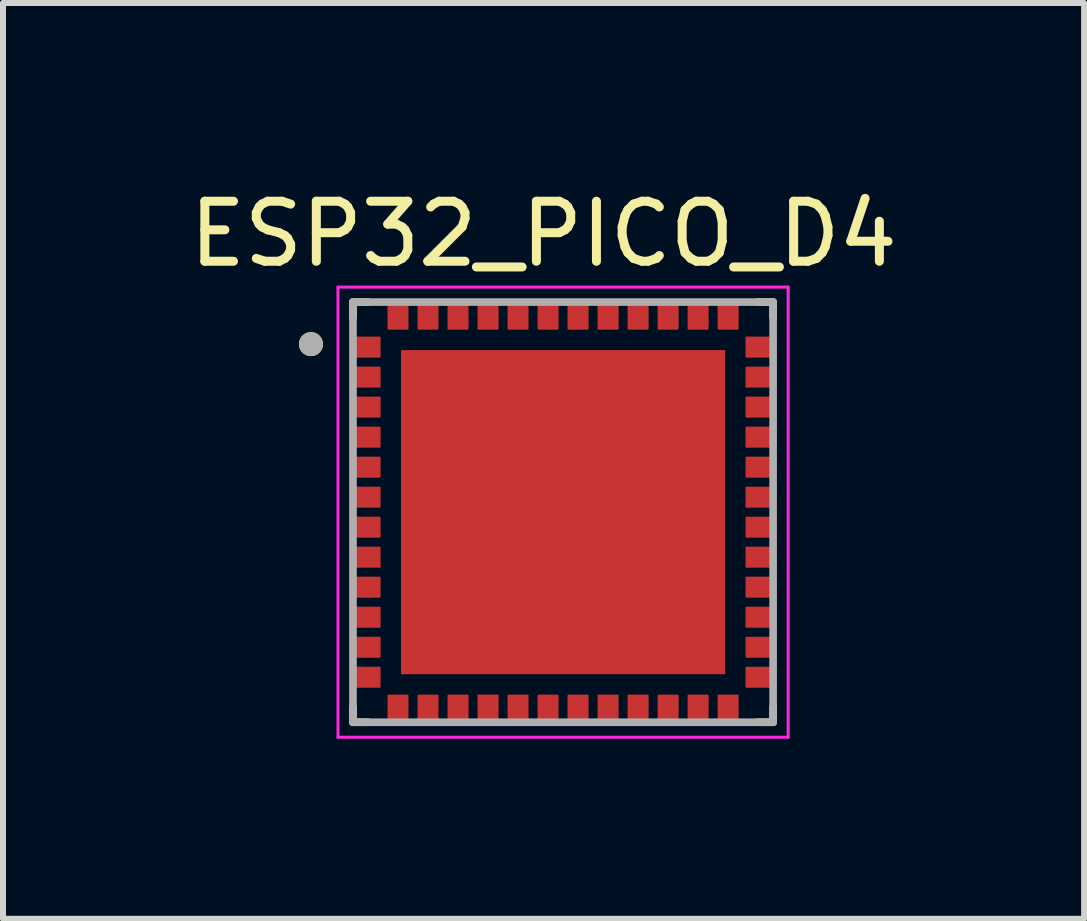
<source format=kicad_pcb>
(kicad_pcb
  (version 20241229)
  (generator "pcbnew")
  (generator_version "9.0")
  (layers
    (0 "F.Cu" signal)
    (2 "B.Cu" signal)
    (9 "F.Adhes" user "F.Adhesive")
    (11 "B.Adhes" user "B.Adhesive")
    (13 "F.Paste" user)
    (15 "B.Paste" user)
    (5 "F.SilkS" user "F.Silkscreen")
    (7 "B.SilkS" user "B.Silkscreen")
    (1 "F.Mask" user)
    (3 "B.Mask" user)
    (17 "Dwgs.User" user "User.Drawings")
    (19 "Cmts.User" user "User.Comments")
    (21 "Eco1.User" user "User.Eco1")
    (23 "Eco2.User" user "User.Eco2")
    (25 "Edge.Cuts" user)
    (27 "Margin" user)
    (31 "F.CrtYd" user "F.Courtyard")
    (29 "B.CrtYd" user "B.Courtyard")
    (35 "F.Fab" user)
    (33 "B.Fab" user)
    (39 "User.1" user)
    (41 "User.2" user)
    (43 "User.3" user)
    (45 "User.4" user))
  (footprint "ESP32_PICO_D4"
    (layer "F.Cu")
    (at 6.331 5.483)
    (property "Reference" "ESP32_PICO_D4" (at -0.325 -4.635 0) (layer "F.SilkS") (effects (font (size 1 1) (thickness 0.15))))
    (attr through_hole)
    (fp_line (start -3.5 -3.5) (end -3.245 -3.5) (stroke (width 0.127) (type solid)) (layer "F.SilkS"))
    (fp_line (start -3.5 -3.245) (end -3.5 -3.5) (stroke (width 0.127) (type solid)) (layer "F.SilkS"))
    (fp_line (start -3.5 3.245) (end -3.5 3.5) (stroke (width 0.127) (type solid)) (layer "F.SilkS"))
    (fp_line (start -3.5 3.5) (end -3.245 3.5) (stroke (width 0.127) (type solid)) (layer "F.SilkS"))
    (fp_line (start 3.5 -3.5) (end 3.245 -3.5) (stroke (width 0.127) (type solid)) (layer "F.SilkS"))
    (fp_line (start 3.5 -3.245) (end 3.5 -3.5) (stroke (width 0.127) (type solid)) (layer "F.SilkS"))
    (fp_line (start 3.5 3.245) (end 3.5 3.5) (stroke (width 0.127) (type solid)) (layer "F.SilkS"))
    (fp_line (start 3.5 3.5) (end 3.245 3.5) (stroke (width 0.127) (type solid)) (layer "F.SilkS"))
    (fp_circle (center -4.2 -2.8) (end -4.1 -2.8) (stroke (width 0.2) (type solid)) (fill no) (layer "F.SilkS"))
    (fp_poly (pts (xy -2.305 -2.305) (xy -0.395 -2.305) (xy -0.395 -0.395) (xy -2.305 -0.395)) (stroke (width 0.01) (type solid)) (fill yes) (layer "F.Paste"))
    (fp_poly (pts (xy -2.305 0.395) (xy -0.395 0.395) (xy -0.395 2.305) (xy -2.305 2.305)) (stroke (width 0.01) (type solid)) (fill yes) (layer "F.Paste"))
    (fp_poly (pts (xy 0.395 -2.305) (xy 2.305 -2.305) (xy 2.305 -0.395) (xy 0.395 -0.395)) (stroke (width 0.01) (type solid)) (fill yes) (layer "F.Paste"))
    (fp_poly (pts (xy 0.395 0.395) (xy 2.305 0.395) (xy 2.305 2.305) (xy 0.395 2.305)) (stroke (width 0.01) (type solid)) (fill yes) (layer "F.Paste"))
    (fp_line (start -3.75 -3.75) (end -3.75 3.75) (stroke (width 0.05) (type solid)) (layer "F.CrtYd"))
    (fp_line (start -3.75 3.75) (end 3.75 3.75) (stroke (width 0.05) (type solid)) (layer "F.CrtYd"))
    (fp_line (start 3.75 -3.75) (end -3.75 -3.75) (stroke (width 0.05) (type solid)) (layer "F.CrtYd"))
    (fp_line (start 3.75 3.75) (end 3.75 -3.75) (stroke (width 0.05) (type solid)) (layer "F.CrtYd"))
    (fp_line (start -3.5 -3.5) (end 3.5 -3.5) (stroke (width 0.127) (type solid)) (layer "F.Fab"))
    (fp_line (start -3.5 3.5) (end -3.5 -3.5) (stroke (width 0.127) (type solid)) (layer "F.Fab"))
    (fp_line (start 3.5 -3.5) (end 3.5 3.5) (stroke (width 0.127) (type solid)) (layer "F.Fab"))
    (fp_line (start 3.5 3.5) (end -3.5 3.5) (stroke (width 0.127) (type solid)) (layer "F.Fab"))
    (fp_circle (center -4.2 -2.8) (end -4.1 -2.8) (stroke (width 0.2) (type solid)) (fill no) (layer "F.Fab"))
    (pad "1" smd roundrect (at -3.265 -2.75 180) (size 0.45 0.35) (layers "F.Cu" "F.Mask" "F.Paste") (roundrect_rratio 0.04))
    (pad "2" smd roundrect (at -3.265 -2.25 180) (size 0.45 0.35) (layers "F.Cu" "F.Mask" "F.Paste") (roundrect_rratio 0.04))
    (pad "3" smd roundrect (at -3.265 -1.75 180) (size 0.45 0.35) (layers "F.Cu" "F.Mask" "F.Paste") (roundrect_rratio 0.04))
    (pad "4" smd roundrect (at -3.265 -1.25 180) (size 0.45 0.35) (layers "F.Cu" "F.Mask" "F.Paste") (roundrect_rratio 0.04))
    (pad "5" smd roundrect (at -3.265 -0.75 180) (size 0.45 0.35) (layers "F.Cu" "F.Mask" "F.Paste") (roundrect_rratio 0.04))
    (pad "6" smd roundrect (at -3.265 -0.25 180) (size 0.45 0.35) (layers "F.Cu" "F.Mask" "F.Paste") (roundrect_rratio 0.04))
    (pad "7" smd roundrect (at -3.265 0.25 180) (size 0.45 0.35) (layers "F.Cu" "F.Mask" "F.Paste") (roundrect_rratio 0.04))
    (pad "8" smd roundrect (at -3.265 0.75 180) (size 0.45 0.35) (layers "F.Cu" "F.Mask" "F.Paste") (roundrect_rratio 0.04))
    (pad "9" smd roundrect (at -3.265 1.25 180) (size 0.45 0.35) (layers "F.Cu" "F.Mask" "F.Paste") (roundrect_rratio 0.04))
    (pad "10" smd roundrect (at -3.265 1.75 180) (size 0.45 0.35) (layers "F.Cu" "F.Mask" "F.Paste") (roundrect_rratio 0.04))
    (pad "11" smd roundrect (at -3.265 2.25 180) (size 0.45 0.35) (layers "F.Cu" "F.Mask" "F.Paste") (roundrect_rratio 0.04))
    (pad "12" smd roundrect (at -3.265 2.75 180) (size 0.45 0.35) (layers "F.Cu" "F.Mask" "F.Paste") (roundrect_rratio 0.04))
    (pad "13" smd roundrect (at -2.75 3.265 270) (size 0.45 0.35) (layers "F.Cu" "F.Mask" "F.Paste") (roundrect_rratio 0.04))
    (pad "14" smd roundrect (at -2.25 3.265 270) (size 0.45 0.35) (layers "F.Cu" "F.Mask" "F.Paste") (roundrect_rratio 0.04))
    (pad "15" smd roundrect (at -1.75 3.265 270) (size 0.45 0.35) (layers "F.Cu" "F.Mask" "F.Paste") (roundrect_rratio 0.04))
    (pad "16" smd roundrect (at -1.25 3.265 270) (size 0.45 0.35) (layers "F.Cu" "F.Mask" "F.Paste") (roundrect_rratio 0.04))
    (pad "17" smd roundrect (at -0.75 3.265 270) (size 0.45 0.35) (layers "F.Cu" "F.Mask" "F.Paste") (roundrect_rratio 0.04))
    (pad "18" smd roundrect (at -0.25 3.265 270) (size 0.45 0.35) (layers "F.Cu" "F.Mask" "F.Paste") (roundrect_rratio 0.04))
    (pad "19" smd roundrect (at 0.25 3.265 270) (size 0.45 0.35) (layers "F.Cu" "F.Mask" "F.Paste") (roundrect_rratio 0.04))
    (pad "20" smd roundrect (at 0.75 3.265 270) (size 0.45 0.35) (layers "F.Cu" "F.Mask" "F.Paste") (roundrect_rratio 0.04))
    (pad "21" smd roundrect (at 1.25 3.265 270) (size 0.45 0.35) (layers "F.Cu" "F.Mask" "F.Paste") (roundrect_rratio 0.04))
    (pad "22" smd roundrect (at 1.75 3.265 270) (size 0.45 0.35) (layers "F.Cu" "F.Mask" "F.Paste") (roundrect_rratio 0.04))
    (pad "23" smd roundrect (at 2.25 3.265 270) (size 0.45 0.35) (layers "F.Cu" "F.Mask" "F.Paste") (roundrect_rratio 0.04))
    (pad "24" smd roundrect (at 2.75 3.265 270) (size 0.45 0.35) (layers "F.Cu" "F.Mask" "F.Paste") (roundrect_rratio 0.04))
    (pad "25" smd roundrect (at 3.265 2.75) (size 0.45 0.35) (layers "F.Cu" "F.Mask" "F.Paste") (roundrect_rratio 0.04))
    (pad "26" smd roundrect (at 3.265 2.25) (size 0.45 0.35) (layers "F.Cu" "F.Mask" "F.Paste") (roundrect_rratio 0.04))
    (pad "27" smd roundrect (at 3.265 1.75) (size 0.45 0.35) (layers "F.Cu" "F.Mask" "F.Paste") (roundrect_rratio 0.04))
    (pad "28" smd roundrect (at 3.265 1.25) (size 0.45 0.35) (layers "F.Cu" "F.Mask" "F.Paste") (roundrect_rratio 0.04))
    (pad "29" smd roundrect (at 3.265 0.75) (size 0.45 0.35) (layers "F.Cu" "F.Mask" "F.Paste") (roundrect_rratio 0.04))
    (pad "30" smd roundrect (at 3.265 0.25) (size 0.45 0.35) (layers "F.Cu" "F.Mask" "F.Paste") (roundrect_rratio 0.04))
    (pad "31" smd roundrect (at 3.265 -0.25) (size 0.45 0.35) (layers "F.Cu" "F.Mask" "F.Paste") (roundrect_rratio 0.04))
    (pad "32" smd roundrect (at 3.265 -0.75) (size 0.45 0.35) (layers "F.Cu" "F.Mask" "F.Paste") (roundrect_rratio 0.04))
    (pad "33" smd roundrect (at 3.265 -1.25) (size 0.45 0.35) (layers "F.Cu" "F.Mask" "F.Paste") (roundrect_rratio 0.04))
    (pad "34" smd roundrect (at 3.265 -1.75) (size 0.45 0.35) (layers "F.Cu" "F.Mask" "F.Paste") (roundrect_rratio 0.04))
    (pad "35" smd roundrect (at 3.265 -2.25) (size 0.45 0.35) (layers "F.Cu" "F.Mask" "F.Paste") (roundrect_rratio 0.04))
    (pad "36" smd roundrect (at 3.265 -2.75) (size 0.45 0.35) (layers "F.Cu" "F.Mask" "F.Paste") (roundrect_rratio 0.04))
    (pad "37" smd roundrect (at 2.75 -3.265 90) (size 0.45 0.35) (layers "F.Cu" "F.Mask" "F.Paste") (roundrect_rratio 0.04))
    (pad "38" smd roundrect (at 2.25 -3.265 90) (size 0.45 0.35) (layers "F.Cu" "F.Mask" "F.Paste") (roundrect_rratio 0.04))
    (pad "39" smd roundrect (at 1.75 -3.265 90) (size 0.45 0.35) (layers "F.Cu" "F.Mask" "F.Paste") (roundrect_rratio 0.04))
    (pad "40" smd roundrect (at 1.25 -3.265 90) (size 0.45 0.35) (layers "F.Cu" "F.Mask" "F.Paste") (roundrect_rratio 0.04))
    (pad "41" smd roundrect (at 0.75 -3.265 90) (size 0.45 0.35) (layers "F.Cu" "F.Mask" "F.Paste") (roundrect_rratio 0.04))
    (pad "42" smd roundrect (at 0.25 -3.265 90) (size 0.45 0.35) (layers "F.Cu" "F.Mask" "F.Paste") (roundrect_rratio 0.04))
    (pad "43" smd roundrect (at -0.25 -3.265 90) (size 0.45 0.35) (layers "F.Cu" "F.Mask" "F.Paste") (roundrect_rratio 0.04))
    (pad "44" smd roundrect (at -0.75 -3.265 90) (size 0.45 0.35) (layers "F.Cu" "F.Mask" "F.Paste") (roundrect_rratio 0.04))
    (pad "45" smd roundrect (at -1.25 -3.265 90) (size 0.45 0.35) (layers "F.Cu" "F.Mask" "F.Paste") (roundrect_rratio 0.04))
    (pad "46" smd roundrect (at -1.75 -3.265 90) (size 0.45 0.35) (layers "F.Cu" "F.Mask" "F.Paste") (roundrect_rratio 0.04))
    (pad "47" smd roundrect (at -2.25 -3.265 90) (size 0.45 0.35) (layers "F.Cu" "F.Mask" "F.Paste") (roundrect_rratio 0.04))
    (pad "48" smd roundrect (at -2.75 -3.265 90) (size 0.45 0.35) (layers "F.Cu" "F.Mask" "F.Paste") (roundrect_rratio 0.04))
    (pad "49" smd rect (at 0 0) (size 5.4 5.4) (layers "F.Cu" "F.Mask")))
  (gr_rect
    (start -3 -3)
    (end 15.012 12.258)
    (stroke (width 0.1) (type default))
    (fill no)
    (layer "Edge.Cuts")))
</source>
